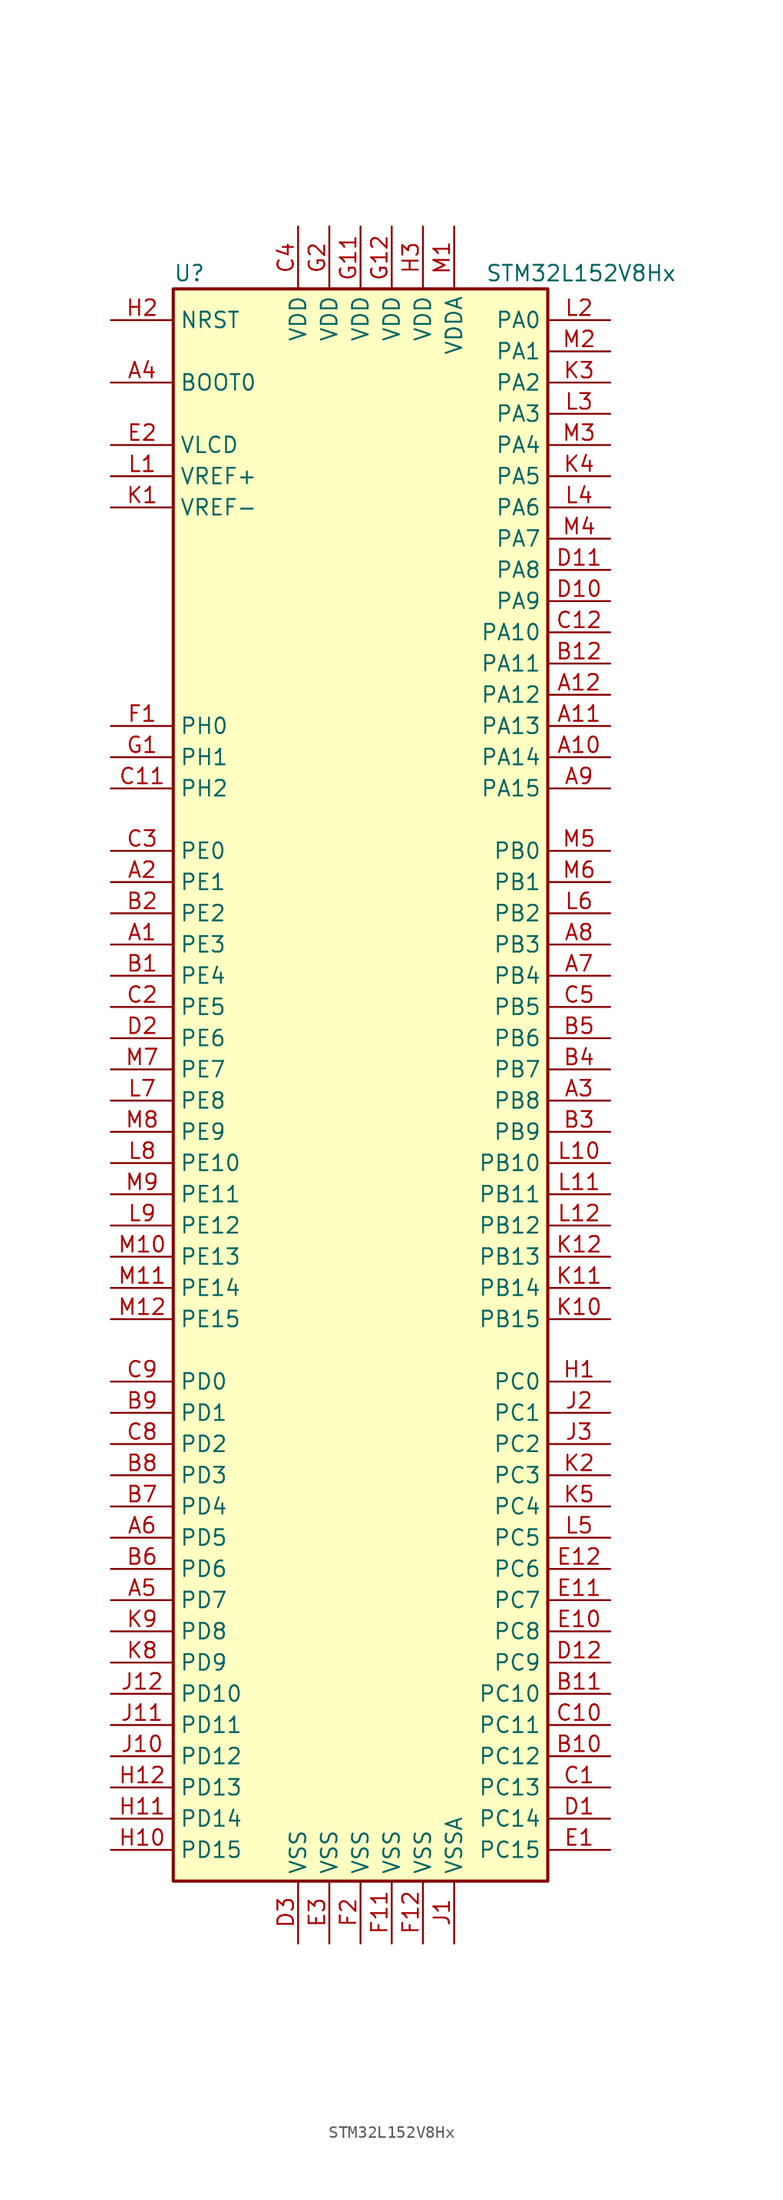
<source format=kicad_sym>
(kicad_symbol_lib
  (version 20201005)
  (generator kicad_symbol_editor)
  (symbol "STM32L152V8Hx"
    (property "Reference" "U"
      (at -15.24 64.77 0)
      (effects (font (size 1.27 1.27)) (justify left)))
    (property "Value" "STM32L152V8Hx"
      (at 10.16 64.77 0)
      (effects (font (size 1.27 1.27)) (justify left)))
    (symbol "STM32L152V8Hx_0_1"
      (rectangle (start -15.24 -66.04) (end 15.24 63.5) (stroke (width 0.254)) (fill (type background))))
    (symbol "STM32L152V8Hx_1_1"
      (pin input line (at -20.32 55.88 0) (length 5.08) (name "BOOT0" (effects (font (size 1.27 1.27)))) (number "A4" (effects (font (size 1.27 1.27)))))
      (pin input line (at -20.32 60.96 0) (length 5.08) (name "NRST" (effects (font (size 1.27 1.27)))) (number "H2" (effects (font (size 1.27 1.27)))))
      (pin bidirectional line (at 20.32 60.96 180) (length 5.08) (name "PA0" (effects (font (size 1.27 1.27)))) (number "L2" (effects (font (size 1.27 1.27)))))
      (pin bidirectional line (at 20.32 58.42 180) (length 5.08) (name "PA1" (effects (font (size 1.27 1.27)))) (number "M2" (effects (font (size 1.27 1.27)))))
      (pin bidirectional line (at 20.32 35.56 180) (length 5.08) (name "PA10" (effects (font (size 1.27 1.27)))) (number "C12" (effects (font (size 1.27 1.27)))))
      (pin bidirectional line (at 20.32 33.02 180) (length 5.08) (name "PA11" (effects (font (size 1.27 1.27)))) (number "B12" (effects (font (size 1.27 1.27)))))
      (pin bidirectional line (at 20.32 30.48 180) (length 5.08) (name "PA12" (effects (font (size 1.27 1.27)))) (number "A12" (effects (font (size 1.27 1.27)))))
      (pin bidirectional line (at 20.32 27.94 180) (length 5.08) (name "PA13" (effects (font (size 1.27 1.27)))) (number "A11" (effects (font (size 1.27 1.27)))))
      (pin bidirectional line (at 20.32 25.4 180) (length 5.08) (name "PA14" (effects (font (size 1.27 1.27)))) (number "A10" (effects (font (size 1.27 1.27)))))
      (pin bidirectional line (at 20.32 22.86 180) (length 5.08) (name "PA15" (effects (font (size 1.27 1.27)))) (number "A9" (effects (font (size 1.27 1.27)))))
      (pin bidirectional line (at 20.32 55.88 180) (length 5.08) (name "PA2" (effects (font (size 1.27 1.27)))) (number "K3" (effects (font (size 1.27 1.27)))))
      (pin bidirectional line (at 20.32 53.34 180) (length 5.08) (name "PA3" (effects (font (size 1.27 1.27)))) (number "L3" (effects (font (size 1.27 1.27)))))
      (pin bidirectional line (at 20.32 50.8 180) (length 5.08) (name "PA4" (effects (font (size 1.27 1.27)))) (number "M3" (effects (font (size 1.27 1.27)))))
      (pin bidirectional line (at 20.32 48.26 180) (length 5.08) (name "PA5" (effects (font (size 1.27 1.27)))) (number "K4" (effects (font (size 1.27 1.27)))))
      (pin bidirectional line (at 20.32 45.72 180) (length 5.08) (name "PA6" (effects (font (size 1.27 1.27)))) (number "L4" (effects (font (size 1.27 1.27)))))
      (pin bidirectional line (at 20.32 43.18 180) (length 5.08) (name "PA7" (effects (font (size 1.27 1.27)))) (number "M4" (effects (font (size 1.27 1.27)))))
      (pin bidirectional line (at 20.32 40.64 180) (length 5.08) (name "PA8" (effects (font (size 1.27 1.27)))) (number "D11" (effects (font (size 1.27 1.27)))))
      (pin bidirectional line (at 20.32 38.1 180) (length 5.08) (name "PA9" (effects (font (size 1.27 1.27)))) (number "D10" (effects (font (size 1.27 1.27)))))
      (pin bidirectional line (at 20.32 17.78 180) (length 5.08) (name "PB0" (effects (font (size 1.27 1.27)))) (number "M5" (effects (font (size 1.27 1.27)))))
      (pin bidirectional line (at 20.32 15.24 180) (length 5.08) (name "PB1" (effects (font (size 1.27 1.27)))) (number "M6" (effects (font (size 1.27 1.27)))))
      (pin bidirectional line (at 20.32 -7.62 180) (length 5.08) (name "PB10" (effects (font (size 1.27 1.27)))) (number "L10" (effects (font (size 1.27 1.27)))))
      (pin bidirectional line (at 20.32 -10.16 180) (length 5.08) (name "PB11" (effects (font (size 1.27 1.27)))) (number "L11" (effects (font (size 1.27 1.27)))))
      (pin bidirectional line (at 20.32 -12.7 180) (length 5.08) (name "PB12" (effects (font (size 1.27 1.27)))) (number "L12" (effects (font (size 1.27 1.27)))))
      (pin bidirectional line (at 20.32 -15.24 180) (length 5.08) (name "PB13" (effects (font (size 1.27 1.27)))) (number "K12" (effects (font (size 1.27 1.27)))))
      (pin bidirectional line (at 20.32 -17.78 180) (length 5.08) (name "PB14" (effects (font (size 1.27 1.27)))) (number "K11" (effects (font (size 1.27 1.27)))))
      (pin bidirectional line (at 20.32 -20.32 180) (length 5.08) (name "PB15" (effects (font (size 1.27 1.27)))) (number "K10" (effects (font (size 1.27 1.27)))))
      (pin bidirectional line (at 20.32 12.7 180) (length 5.08) (name "PB2" (effects (font (size 1.27 1.27)))) (number "L6" (effects (font (size 1.27 1.27)))))
      (pin bidirectional line (at 20.32 10.16 180) (length 5.08) (name "PB3" (effects (font (size 1.27 1.27)))) (number "A8" (effects (font (size 1.27 1.27)))))
      (pin bidirectional line (at 20.32 7.62 180) (length 5.08) (name "PB4" (effects (font (size 1.27 1.27)))) (number "A7" (effects (font (size 1.27 1.27)))))
      (pin bidirectional line (at 20.32 5.08 180) (length 5.08) (name "PB5" (effects (font (size 1.27 1.27)))) (number "C5" (effects (font (size 1.27 1.27)))))
      (pin bidirectional line (at 20.32 2.54 180) (length 5.08) (name "PB6" (effects (font (size 1.27 1.27)))) (number "B5" (effects (font (size 1.27 1.27)))))
      (pin bidirectional line (at 20.32 0 180) (length 5.08) (name "PB7" (effects (font (size 1.27 1.27)))) (number "B4" (effects (font (size 1.27 1.27)))))
      (pin bidirectional line (at 20.32 -2.54 180) (length 5.08) (name "PB8" (effects (font (size 1.27 1.27)))) (number "A3" (effects (font (size 1.27 1.27)))))
      (pin bidirectional line (at 20.32 -5.08 180) (length 5.08) (name "PB9" (effects (font (size 1.27 1.27)))) (number "B3" (effects (font (size 1.27 1.27)))))
      (pin bidirectional line (at 20.32 -25.4 180) (length 5.08) (name "PC0" (effects (font (size 1.27 1.27)))) (number "H1" (effects (font (size 1.27 1.27)))))
      (pin bidirectional line (at 20.32 -27.94 180) (length 5.08) (name "PC1" (effects (font (size 1.27 1.27)))) (number "J2" (effects (font (size 1.27 1.27)))))
      (pin bidirectional line (at 20.32 -50.8 180) (length 5.08) (name "PC10" (effects (font (size 1.27 1.27)))) (number "B11" (effects (font (size 1.27 1.27)))))
      (pin bidirectional line (at 20.32 -53.34 180) (length 5.08) (name "PC11" (effects (font (size 1.27 1.27)))) (number "C10" (effects (font (size 1.27 1.27)))))
      (pin bidirectional line (at 20.32 -55.88 180) (length 5.08) (name "PC12" (effects (font (size 1.27 1.27)))) (number "B10" (effects (font (size 1.27 1.27)))))
      (pin bidirectional line (at 20.32 -58.42 180) (length 5.08) (name "PC13" (effects (font (size 1.27 1.27)))) (number "C1" (effects (font (size 1.27 1.27)))))
      (pin bidirectional line (at 20.32 -60.96 180) (length 5.08) (name "PC14" (effects (font (size 1.27 1.27)))) (number "D1" (effects (font (size 1.27 1.27)))))
      (pin bidirectional line (at 20.32 -63.5 180) (length 5.08) (name "PC15" (effects (font (size 1.27 1.27)))) (number "E1" (effects (font (size 1.27 1.27)))))
      (pin bidirectional line (at 20.32 -30.48 180) (length 5.08) (name "PC2" (effects (font (size 1.27 1.27)))) (number "J3" (effects (font (size 1.27 1.27)))))
      (pin bidirectional line (at 20.32 -33.02 180) (length 5.08) (name "PC3" (effects (font (size 1.27 1.27)))) (number "K2" (effects (font (size 1.27 1.27)))))
      (pin bidirectional line (at 20.32 -35.56 180) (length 5.08) (name "PC4" (effects (font (size 1.27 1.27)))) (number "K5" (effects (font (size 1.27 1.27)))))
      (pin bidirectional line (at 20.32 -38.1 180) (length 5.08) (name "PC5" (effects (font (size 1.27 1.27)))) (number "L5" (effects (font (size 1.27 1.27)))))
      (pin bidirectional line (at 20.32 -40.64 180) (length 5.08) (name "PC6" (effects (font (size 1.27 1.27)))) (number "E12" (effects (font (size 1.27 1.27)))))
      (pin bidirectional line (at 20.32 -43.18 180) (length 5.08) (name "PC7" (effects (font (size 1.27 1.27)))) (number "E11" (effects (font (size 1.27 1.27)))))
      (pin bidirectional line (at 20.32 -45.72 180) (length 5.08) (name "PC8" (effects (font (size 1.27 1.27)))) (number "E10" (effects (font (size 1.27 1.27)))))
      (pin bidirectional line (at 20.32 -48.26 180) (length 5.08) (name "PC9" (effects (font (size 1.27 1.27)))) (number "D12" (effects (font (size 1.27 1.27)))))
      (pin bidirectional line (at -20.32 -25.4 0) (length 5.08) (name "PD0" (effects (font (size 1.27 1.27)))) (number "C9" (effects (font (size 1.27 1.27)))))
      (pin bidirectional line (at -20.32 -27.94 0) (length 5.08) (name "PD1" (effects (font (size 1.27 1.27)))) (number "B9" (effects (font (size 1.27 1.27)))))
      (pin bidirectional line (at -20.32 -50.8 0) (length 5.08) (name "PD10" (effects (font (size 1.27 1.27)))) (number "J12" (effects (font (size 1.27 1.27)))))
      (pin bidirectional line (at -20.32 -53.34 0) (length 5.08) (name "PD11" (effects (font (size 1.27 1.27)))) (number "J11" (effects (font (size 1.27 1.27)))))
      (pin bidirectional line (at -20.32 -55.88 0) (length 5.08) (name "PD12" (effects (font (size 1.27 1.27)))) (number "J10" (effects (font (size 1.27 1.27)))))
      (pin bidirectional line (at -20.32 -58.42 0) (length 5.08) (name "PD13" (effects (font (size 1.27 1.27)))) (number "H12" (effects (font (size 1.27 1.27)))))
      (pin bidirectional line (at -20.32 -60.96 0) (length 5.08) (name "PD14" (effects (font (size 1.27 1.27)))) (number "H11" (effects (font (size 1.27 1.27)))))
      (pin bidirectional line (at -20.32 -63.5 0) (length 5.08) (name "PD15" (effects (font (size 1.27 1.27)))) (number "H10" (effects (font (size 1.27 1.27)))))
      (pin bidirectional line (at -20.32 -30.48 0) (length 5.08) (name "PD2" (effects (font (size 1.27 1.27)))) (number "C8" (effects (font (size 1.27 1.27)))))
      (pin bidirectional line (at -20.32 -33.02 0) (length 5.08) (name "PD3" (effects (font (size 1.27 1.27)))) (number "B8" (effects (font (size 1.27 1.27)))))
      (pin bidirectional line (at -20.32 -35.56 0) (length 5.08) (name "PD4" (effects (font (size 1.27 1.27)))) (number "B7" (effects (font (size 1.27 1.27)))))
      (pin bidirectional line (at -20.32 -38.1 0) (length 5.08) (name "PD5" (effects (font (size 1.27 1.27)))) (number "A6" (effects (font (size 1.27 1.27)))))
      (pin bidirectional line (at -20.32 -40.64 0) (length 5.08) (name "PD6" (effects (font (size 1.27 1.27)))) (number "B6" (effects (font (size 1.27 1.27)))))
      (pin bidirectional line (at -20.32 -43.18 0) (length 5.08) (name "PD7" (effects (font (size 1.27 1.27)))) (number "A5" (effects (font (size 1.27 1.27)))))
      (pin bidirectional line (at -20.32 -45.72 0) (length 5.08) (name "PD8" (effects (font (size 1.27 1.27)))) (number "K9" (effects (font (size 1.27 1.27)))))
      (pin bidirectional line (at -20.32 -48.26 0) (length 5.08) (name "PD9" (effects (font (size 1.27 1.27)))) (number "K8" (effects (font (size 1.27 1.27)))))
      (pin bidirectional line (at -20.32 17.78 0) (length 5.08) (name "PE0" (effects (font (size 1.27 1.27)))) (number "C3" (effects (font (size 1.27 1.27)))))
      (pin bidirectional line (at -20.32 15.24 0) (length 5.08) (name "PE1" (effects (font (size 1.27 1.27)))) (number "A2" (effects (font (size 1.27 1.27)))))
      (pin bidirectional line (at -20.32 -7.62 0) (length 5.08) (name "PE10" (effects (font (size 1.27 1.27)))) (number "L8" (effects (font (size 1.27 1.27)))))
      (pin bidirectional line (at -20.32 -10.16 0) (length 5.08) (name "PE11" (effects (font (size 1.27 1.27)))) (number "M9" (effects (font (size 1.27 1.27)))))
      (pin bidirectional line (at -20.32 -12.7 0) (length 5.08) (name "PE12" (effects (font (size 1.27 1.27)))) (number "L9" (effects (font (size 1.27 1.27)))))
      (pin bidirectional line (at -20.32 -15.24 0) (length 5.08) (name "PE13" (effects (font (size 1.27 1.27)))) (number "M10" (effects (font (size 1.27 1.27)))))
      (pin bidirectional line (at -20.32 -17.78 0) (length 5.08) (name "PE14" (effects (font (size 1.27 1.27)))) (number "M11" (effects (font (size 1.27 1.27)))))
      (pin bidirectional line (at -20.32 -20.32 0) (length 5.08) (name "PE15" (effects (font (size 1.27 1.27)))) (number "M12" (effects (font (size 1.27 1.27)))))
      (pin bidirectional line (at -20.32 12.7 0) (length 5.08) (name "PE2" (effects (font (size 1.27 1.27)))) (number "B2" (effects (font (size 1.27 1.27)))))
      (pin bidirectional line (at -20.32 10.16 0) (length 5.08) (name "PE3" (effects (font (size 1.27 1.27)))) (number "A1" (effects (font (size 1.27 1.27)))))
      (pin bidirectional line (at -20.32 7.62 0) (length 5.08) (name "PE4" (effects (font (size 1.27 1.27)))) (number "B1" (effects (font (size 1.27 1.27)))))
      (pin bidirectional line (at -20.32 5.08 0) (length 5.08) (name "PE5" (effects (font (size 1.27 1.27)))) (number "C2" (effects (font (size 1.27 1.27)))))
      (pin bidirectional line (at -20.32 2.54 0) (length 5.08) (name "PE6" (effects (font (size 1.27 1.27)))) (number "D2" (effects (font (size 1.27 1.27)))))
      (pin bidirectional line (at -20.32 0 0) (length 5.08) (name "PE7" (effects (font (size 1.27 1.27)))) (number "M7" (effects (font (size 1.27 1.27)))))
      (pin bidirectional line (at -20.32 -2.54 0) (length 5.08) (name "PE8" (effects (font (size 1.27 1.27)))) (number "L7" (effects (font (size 1.27 1.27)))))
      (pin bidirectional line (at -20.32 -5.08 0) (length 5.08) (name "PE9" (effects (font (size 1.27 1.27)))) (number "M8" (effects (font (size 1.27 1.27)))))
      (pin input line (at -20.32 27.94 0) (length 5.08) (name "PH0" (effects (font (size 1.27 1.27)))) (number "F1" (effects (font (size 1.27 1.27)))))
      (pin input line (at -20.32 25.4 0) (length 5.08) (name "PH1" (effects (font (size 1.27 1.27)))) (number "G1" (effects (font (size 1.27 1.27)))))
      (pin bidirectional line (at -20.32 22.86 0) (length 5.08) (name "PH2" (effects (font (size 1.27 1.27)))) (number "C11" (effects (font (size 1.27 1.27)))))
      (pin power_in line (at -5.08 68.58 270) (length 5.08) (name "VDD" (effects (font (size 1.27 1.27)))) (number "C4" (effects (font (size 1.27 1.27)))))
      (pin power_in line (at 0 68.58 270) (length 5.08) (name "VDD" (effects (font (size 1.27 1.27)))) (number "G11" (effects (font (size 1.27 1.27)))))
      (pin power_in line (at 2.54 68.58 270) (length 5.08) (name "VDD" (effects (font (size 1.27 1.27)))) (number "G12" (effects (font (size 1.27 1.27)))))
      (pin power_in line (at -2.54 68.58 270) (length 5.08) (name "VDD" (effects (font (size 1.27 1.27)))) (number "G2" (effects (font (size 1.27 1.27)))))
      (pin power_in line (at 5.08 68.58 270) (length 5.08) (name "VDD" (effects (font (size 1.27 1.27)))) (number "H3" (effects (font (size 1.27 1.27)))))
      (pin power_in line (at 7.62 68.58 270) (length 5.08) (name "VDDA" (effects (font (size 1.27 1.27)))) (number "M1" (effects (font (size 1.27 1.27)))))
      (pin power_in line (at -20.32 50.8 0) (length 5.08) (name "VLCD" (effects (font (size 1.27 1.27)))) (number "E2" (effects (font (size 1.27 1.27)))))
      (pin power_in line (at -20.32 48.26 0) (length 5.08) (name "VREF+" (effects (font (size 1.27 1.27)))) (number "L1" (effects (font (size 1.27 1.27)))))
      (pin power_in line (at -20.32 45.72 0) (length 5.08) (name "VREF-" (effects (font (size 1.27 1.27)))) (number "K1" (effects (font (size 1.27 1.27)))))
      (pin power_in line (at -5.08 -71.12 90) (length 5.08) (name "VSS" (effects (font (size 1.27 1.27)))) (number "D3" (effects (font (size 1.27 1.27)))))
      (pin power_in line (at -2.54 -71.12 90) (length 5.08) (name "VSS" (effects (font (size 1.27 1.27)))) (number "E3" (effects (font (size 1.27 1.27)))))
      (pin power_in line (at 2.54 -71.12 90) (length 5.08) (name "VSS" (effects (font (size 1.27 1.27)))) (number "F11" (effects (font (size 1.27 1.27)))))
      (pin power_in line (at 5.08 -71.12 90) (length 5.08) (name "VSS" (effects (font (size 1.27 1.27)))) (number "F12" (effects (font (size 1.27 1.27)))))
      (pin power_in line (at 0 -71.12 90) (length 5.08) (name "VSS" (effects (font (size 1.27 1.27)))) (number "F2" (effects (font (size 1.27 1.27)))))
      (pin power_in line (at 7.62 -71.12 90) (length 5.08) (name "VSSA" (effects (font (size 1.27 1.27)))) (number "J1" (effects (font (size 1.27 1.27))))))))
</source>
